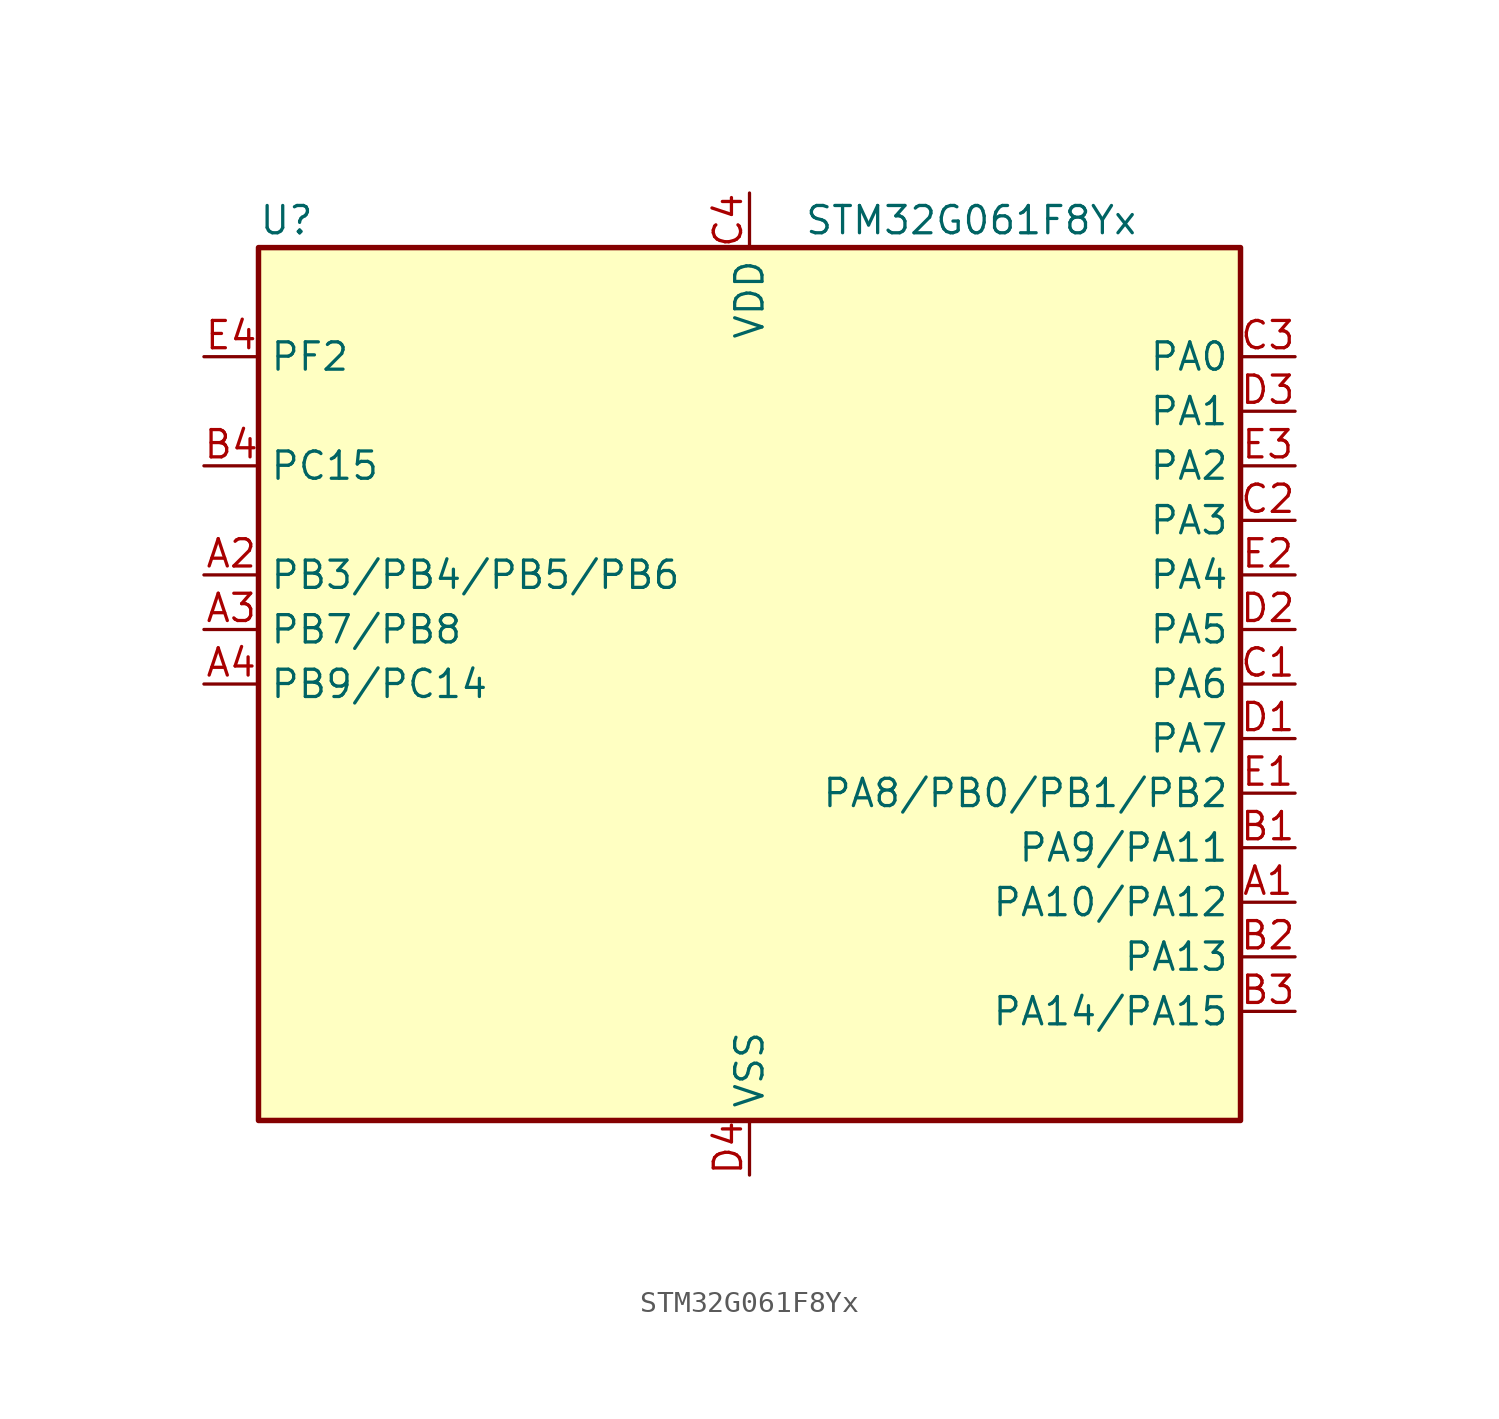
<source format=kicad_sym>
(kicad_symbol_lib
  (version 20231120)
  (generator "kicad-library-utils")
  (generator_version "8.0")
  (symbol "STM32G061F8Yx"
    (property "Reference" "U"
      (at -22.86 21.59 0)
      (effects (font (size 1.27 1.27)) (justify left)))
    (property "Value" "STM32G061F8Yx"
      (at 2.54 21.59 0)
      (effects (font (size 1.27 1.27)) (justify left)))
    (symbol "STM32G061F8Yx_0_1"
      (rectangle (start -22.86 -20.32) (end 22.86 20.32) (stroke (width 0.254) (type default)) (fill (type background))))
    (symbol "STM32G061F8Yx_1_1"
      (pin bidirectional line (at 25.4 -10.16 180) (length 2.54) (name "PA10/PA12" (effects (font (size 1.27 1.27)))) (number "A1" (effects (font (size 1.27 1.27)))) (alternate "PA10" bidirectional line) (alternate "I2C1_SDA (PA10)" bidirectional line) (alternate "SPI2_MOSI (PA10)" bidirectional line) (alternate "TIM17_BK (PA10)" bidirectional line) (alternate "TIM1_CH3 (PA10)" bidirectional line) (alternate "USART1_RX (PA10)" bidirectional line) (alternate "PA12" bidirectional line) (alternate "ADC1_IN16 (PA12)" bidirectional line) (alternate "COMP2_OUT (PA12)" bidirectional line) (alternate "I2C2_SDA (PA12)" bidirectional line) (alternate "I2S1_SD (PA12)" bidirectional line) (alternate "I2S_CKIN (PA12)" bidirectional line) (alternate "SPI1_MOSI (PA12)" bidirectional line) (alternate "TIM1_ETR (PA12)" bidirectional line) (alternate "USART1_CK (PA12)" bidirectional line) (alternate "USART1_DE (PA12)" bidirectional line) (alternate "USART1_RTS (PA12)" bidirectional line))
      (pin bidirectional line (at -25.4 5.08 0) (length 2.54) (name "PB3/PB4/PB5/PB6" (effects (font (size 1.27 1.27)))) (number "A2" (effects (font (size 1.27 1.27)))) (alternate "PB3" bidirectional line) (alternate "COMP2_INM (PB3)" bidirectional line) (alternate "I2S1_CK (PB3)" bidirectional line) (alternate "SPI1_SCK (PB3)" bidirectional line) (alternate "TIM1_CH2 (PB3)" bidirectional line) (alternate "TIM2_CH2 (PB3)" bidirectional line) (alternate "USART1_CK (PB3)" bidirectional line) (alternate "USART1_DE (PB3)" bidirectional line) (alternate "USART1_RTS (PB3)" bidirectional line) (alternate "PB4" bidirectional line) (alternate "COMP2_INP (PB4)" bidirectional line) (alternate "I2S1_MCK (PB4)" bidirectional line) (alternate "SPI1_MISO (PB4)" bidirectional line) (alternate "TIM17_BK (PB4)" bidirectional line) (alternate "TIM3_CH1 (PB4)" bidirectional line) (alternate "USART1_CTS (PB4)" bidirectional line) (alternate "USART1_NSS (PB4)" bidirectional line) (alternate "PB5" bidirectional line) (alternate "COMP2_OUT (PB5)" bidirectional line) (alternate "I2C1_SMBA (PB5)" bidirectional line) (alternate "I2S1_SD (PB5)" bidirectional line) (alternate "LPTIM1_IN1 (PB5)" bidirectional line) (alternate "SPI1_MOSI (PB5)" bidirectional line) (alternate "SYS_WKUP6 (PB5)" bidirectional line) (alternate "TIM16_BK (PB5)" bidirectional line) (alternate "TIM3_CH2 (PB5)" bidirectional line) (alternate "PB6" bidirectional line) (alternate "COMP2_INP (PB6)" bidirectional line) (alternate "I2C1_SCL (PB6)" bidirectional line) (alternate "LPTIM1_ETR (PB6)" bidirectional line) (alternate "SPI2_MISO (PB6)" bidirectional line) (alternate "TIM16_CH1N (PB6)" bidirectional line) (alternate "TIM1_CH3 (PB6)" bidirectional line) (alternate "USART1_TX (PB6)" bidirectional line))
      (pin bidirectional line (at -25.4 2.54 0) (length 2.54) (name "PB7/PB8" (effects (font (size 1.27 1.27)))) (number "A3" (effects (font (size 1.27 1.27)))) (alternate "PB7" bidirectional line) (alternate "ADC1_IN11 (PB7)" bidirectional line) (alternate "COMP2_INM (PB7)" bidirectional line) (alternate "I2C1_SDA (PB7)" bidirectional line) (alternate "LPTIM1_IN2 (PB7)" bidirectional line) (alternate "SPI2_MOSI (PB7)" bidirectional line) (alternate "SYS_PVD_IN (PB7)" bidirectional line) (alternate "TIM17_CH1N (PB7)" bidirectional line) (alternate "USART1_RX (PB7)" bidirectional line) (alternate "PB8" bidirectional line) (alternate "I2C1_SCL (PB8)" bidirectional line) (alternate "SPI2_SCK (PB8)" bidirectional line) (alternate "TIM15_BK (PB8)" bidirectional line) (alternate "TIM16_CH1 (PB8)" bidirectional line))
      (pin bidirectional line (at -25.4 0 0) (length 2.54) (name "PB9/PC14" (effects (font (size 1.27 1.27)))) (number "A4" (effects (font (size 1.27 1.27)))) (alternate "PB9" bidirectional line) (alternate "DAC1_EXTI9 (PB9)" bidirectional line) (alternate "I2C1_SDA (PB9)" bidirectional line) (alternate "IR_OUT (PB9)" bidirectional line) (alternate "SPI2_NSS (PB9)" bidirectional line) (alternate "TIM17_CH1 (PB9)" bidirectional line) (alternate "PC14" bidirectional line) (alternate "RCC_OSC32_IN (PC14)" bidirectional line) (alternate "RCC_OSC_IN (PC14)" bidirectional line) (alternate "TIM1_BK2 (PC14)" bidirectional line))
      (pin bidirectional line (at 25.4 -7.62 180) (length 2.54) (name "PA9/PA11" (effects (font (size 1.27 1.27)))) (number "B1" (effects (font (size 1.27 1.27)))) (alternate "PA9" bidirectional line) (alternate "DAC1_EXTI9 (PA9)" bidirectional line) (alternate "I2C1_SCL (PA9)" bidirectional line) (alternate "RCC_MCO (PA9)" bidirectional line) (alternate "SPI2_MISO (PA9)" bidirectional line) (alternate "TIM15_BK (PA9)" bidirectional line) (alternate "TIM1_CH2 (PA9)" bidirectional line) (alternate "USART1_TX (PA9)" bidirectional line) (alternate "PA11" bidirectional line) (alternate "ADC1_EXTI11 (PA11)" bidirectional line) (alternate "ADC1_IN15 (PA11)" bidirectional line) (alternate "COMP1_OUT (PA11)" bidirectional line) (alternate "I2C2_SCL (PA11)" bidirectional line) (alternate "I2S1_MCK (PA11)" bidirectional line) (alternate "SPI1_MISO (PA11)" bidirectional line) (alternate "TIM1_BK2 (PA11)" bidirectional line) (alternate "TIM1_CH4 (PA11)" bidirectional line) (alternate "USART1_CTS (PA11)" bidirectional line) (alternate "USART1_NSS (PA11)" bidirectional line))
      (pin bidirectional line (at 25.4 -12.7 180) (length 2.54) (name "PA13" (effects (font (size 1.27 1.27)))) (number "B2" (effects (font (size 1.27 1.27)))) (alternate "ADC1_IN17" bidirectional line) (alternate "IR_OUT" bidirectional line) (alternate "SYS_SWDIO" bidirectional line))
      (pin bidirectional line (at 25.4 -15.24 180) (length 2.54) (name "PA14/PA15" (effects (font (size 1.27 1.27)))) (number "B3" (effects (font (size 1.27 1.27)))) (alternate "PA14" bidirectional line) (alternate "ADC1_IN18 (PA14)" bidirectional line) (alternate "SYS_SWCLK (PA14)" bidirectional line) (alternate "USART2_TX (PA14)" bidirectional line) (alternate "PA15" bidirectional line) (alternate "I2S1_WS (PA15)" bidirectional line) (alternate "SPI1_NSS (PA15)" bidirectional line) (alternate "TIM2_CH1 (PA15)" bidirectional line) (alternate "TIM2_ETR (PA15)" bidirectional line) (alternate "USART2_RX (PA15)" bidirectional line))
      (pin bidirectional line (at -25.4 10.16 0) (length 2.54) (name "PC15" (effects (font (size 1.27 1.27)))) (number "B4" (effects (font (size 1.27 1.27)))) (alternate "RCC_OSC32_EN" bidirectional line) (alternate "RCC_OSC32_OUT" bidirectional line) (alternate "RCC_OSC_EN" bidirectional line) (alternate "TIM15_BK" bidirectional line))
      (pin bidirectional line (at 25.4 0 180) (length 2.54) (name "PA6" (effects (font (size 1.27 1.27)))) (number "C1" (effects (font (size 1.27 1.27)))) (alternate "ADC1_IN6" bidirectional line) (alternate "COMP1_OUT" bidirectional line) (alternate "I2S1_MCK" bidirectional line) (alternate "LPUART1_CTS" bidirectional line) (alternate "SPI1_MISO" bidirectional line) (alternate "TIM16_CH1" bidirectional line) (alternate "TIM1_BK" bidirectional line) (alternate "TIM3_CH1" bidirectional line))
      (pin bidirectional line (at 25.4 7.62 180) (length 2.54) (name "PA3" (effects (font (size 1.27 1.27)))) (number "C2" (effects (font (size 1.27 1.27)))) (alternate "ADC1_IN3" bidirectional line) (alternate "COMP2_INP" bidirectional line) (alternate "LPUART1_RX" bidirectional line) (alternate "SPI2_MISO" bidirectional line) (alternate "TIM15_CH2" bidirectional line) (alternate "TIM2_CH4" bidirectional line) (alternate "USART2_RX" bidirectional line))
      (pin bidirectional line (at 25.4 15.24 180) (length 2.54) (name "PA0" (effects (font (size 1.27 1.27)))) (number "C3" (effects (font (size 1.27 1.27)))) (alternate "ADC1_IN0" bidirectional line) (alternate "COMP1_INM" bidirectional line) (alternate "COMP1_OUT" bidirectional line) (alternate "LPTIM1_OUT" bidirectional line) (alternate "RTC_TAMP_IN2" bidirectional line) (alternate "SPI2_SCK" bidirectional line) (alternate "SYS_WKUP1" bidirectional line) (alternate "TIM2_CH1" bidirectional line) (alternate "TIM2_ETR" bidirectional line) (alternate "USART2_CTS" bidirectional line) (alternate "USART2_NSS" bidirectional line))
      (pin power_in line (at 0 22.86 270) (length 2.54) (name "VDD" (effects (font (size 1.27 1.27)))) (number "C4" (effects (font (size 1.27 1.27)))))
      (pin bidirectional line (at 25.4 -2.54 180) (length 2.54) (name "PA7" (effects (font (size 1.27 1.27)))) (number "D1" (effects (font (size 1.27 1.27)))) (alternate "ADC1_IN7" bidirectional line) (alternate "COMP2_OUT" bidirectional line) (alternate "I2S1_SD" bidirectional line) (alternate "SPI1_MOSI" bidirectional line) (alternate "TIM14_CH1" bidirectional line) (alternate "TIM17_CH1" bidirectional line) (alternate "TIM1_CH1N" bidirectional line) (alternate "TIM3_CH2" bidirectional line))
      (pin bidirectional line (at 25.4 2.54 180) (length 2.54) (name "PA5" (effects (font (size 1.27 1.27)))) (number "D2" (effects (font (size 1.27 1.27)))) (alternate "ADC1_IN5" bidirectional line) (alternate "DAC1_OUT2" bidirectional line) (alternate "I2S1_CK" bidirectional line) (alternate "LPTIM2_ETR" bidirectional line) (alternate "SPI1_SCK" bidirectional line) (alternate "TIM2_CH1" bidirectional line) (alternate "TIM2_ETR" bidirectional line))
      (pin bidirectional line (at 25.4 12.7 180) (length 2.54) (name "PA1" (effects (font (size 1.27 1.27)))) (number "D3" (effects (font (size 1.27 1.27)))) (alternate "ADC1_IN1" bidirectional line) (alternate "COMP1_INP" bidirectional line) (alternate "I2C1_SMBA" bidirectional line) (alternate "I2S1_CK" bidirectional line) (alternate "SPI1_SCK" bidirectional line) (alternate "TIM15_CH1N" bidirectional line) (alternate "TIM2_CH2" bidirectional line) (alternate "USART2_CK" bidirectional line) (alternate "USART2_DE" bidirectional line) (alternate "USART2_RTS" bidirectional line))
      (pin power_in line (at 0 -22.86 90) (length 2.54) (name "VSS" (effects (font (size 1.27 1.27)))) (number "D4" (effects (font (size 1.27 1.27)))))
      (pin bidirectional line (at 25.4 -5.08 180) (length 2.54) (name "PA8/PB0/PB1/PB2" (effects (font (size 1.27 1.27)))) (number "E1" (effects (font (size 1.27 1.27)))) (alternate "PA8" bidirectional line) (alternate "LPTIM2_OUT (PA8)" bidirectional line) (alternate "RCC_MCO (PA8)" bidirectional line) (alternate "SPI2_NSS (PA8)" bidirectional line) (alternate "TIM1_CH1 (PA8)" bidirectional line) (alternate "PB0" bidirectional line) (alternate "ADC1_IN8 (PB0)" bidirectional line) (alternate "COMP1_OUT (PB0)" bidirectional line) (alternate "I2S1_WS (PB0)" bidirectional line) (alternate "LPTIM1_OUT (PB0)" bidirectional line) (alternate "SPI1_NSS (PB0)" bidirectional line) (alternate "TIM1_CH2N (PB0)" bidirectional line) (alternate "TIM3_CH3 (PB0)" bidirectional line) (alternate "PB1" bidirectional line) (alternate "ADC1_IN9 (PB1)" bidirectional line) (alternate "COMP1_INM (PB1)" bidirectional line) (alternate "LPTIM2_IN1 (PB1)" bidirectional line) (alternate "LPUART1_DE (PB1)" bidirectional line) (alternate "LPUART1_RTS (PB1)" bidirectional line) (alternate "TIM14_CH1 (PB1)" bidirectional line) (alternate "TIM1_CH3N (PB1)" bidirectional line) (alternate "TIM3_CH4 (PB1)" bidirectional line) (alternate "PB2" bidirectional line) (alternate "ADC1_IN10 (PB2)" bidirectional line) (alternate "COMP1_INP (PB2)" bidirectional line) (alternate "LPTIM1_OUT (PB2)" bidirectional line) (alternate "SPI2_MISO (PB2)" bidirectional line))
      (pin bidirectional line (at 25.4 5.08 180) (length 2.54) (name "PA4" (effects (font (size 1.27 1.27)))) (number "E2" (effects (font (size 1.27 1.27)))) (alternate "ADC1_IN4" bidirectional line) (alternate "DAC1_OUT1" bidirectional line) (alternate "I2S1_WS" bidirectional line) (alternate "LPTIM2_OUT" bidirectional line) (alternate "RTC_OUT1" bidirectional line) (alternate "RTC_TAMP_IN1" bidirectional line) (alternate "RTC_TS" bidirectional line) (alternate "SPI1_NSS" bidirectional line) (alternate "SPI2_MOSI" bidirectional line) (alternate "SYS_WKUP2" bidirectional line) (alternate "TIM14_CH1" bidirectional line))
      (pin bidirectional line (at 25.4 10.16 180) (length 2.54) (name "PA2" (effects (font (size 1.27 1.27)))) (number "E3" (effects (font (size 1.27 1.27)))) (alternate "ADC1_IN2" bidirectional line) (alternate "COMP2_INM" bidirectional line) (alternate "COMP2_OUT" bidirectional line) (alternate "I2S1_SD" bidirectional line) (alternate "LPUART1_TX" bidirectional line) (alternate "RCC_LSCO" bidirectional line) (alternate "SPI1_MOSI" bidirectional line) (alternate "SYS_WKUP4" bidirectional line) (alternate "TIM15_CH1" bidirectional line) (alternate "TIM2_CH3" bidirectional line) (alternate "USART2_TX" bidirectional line))
      (pin bidirectional line (at -25.4 15.24 0) (length 2.54) (name "PF2" (effects (font (size 1.27 1.27)))) (number "E4" (effects (font (size 1.27 1.27)))) (alternate "RCC_MCO" bidirectional line)))))
</source>
